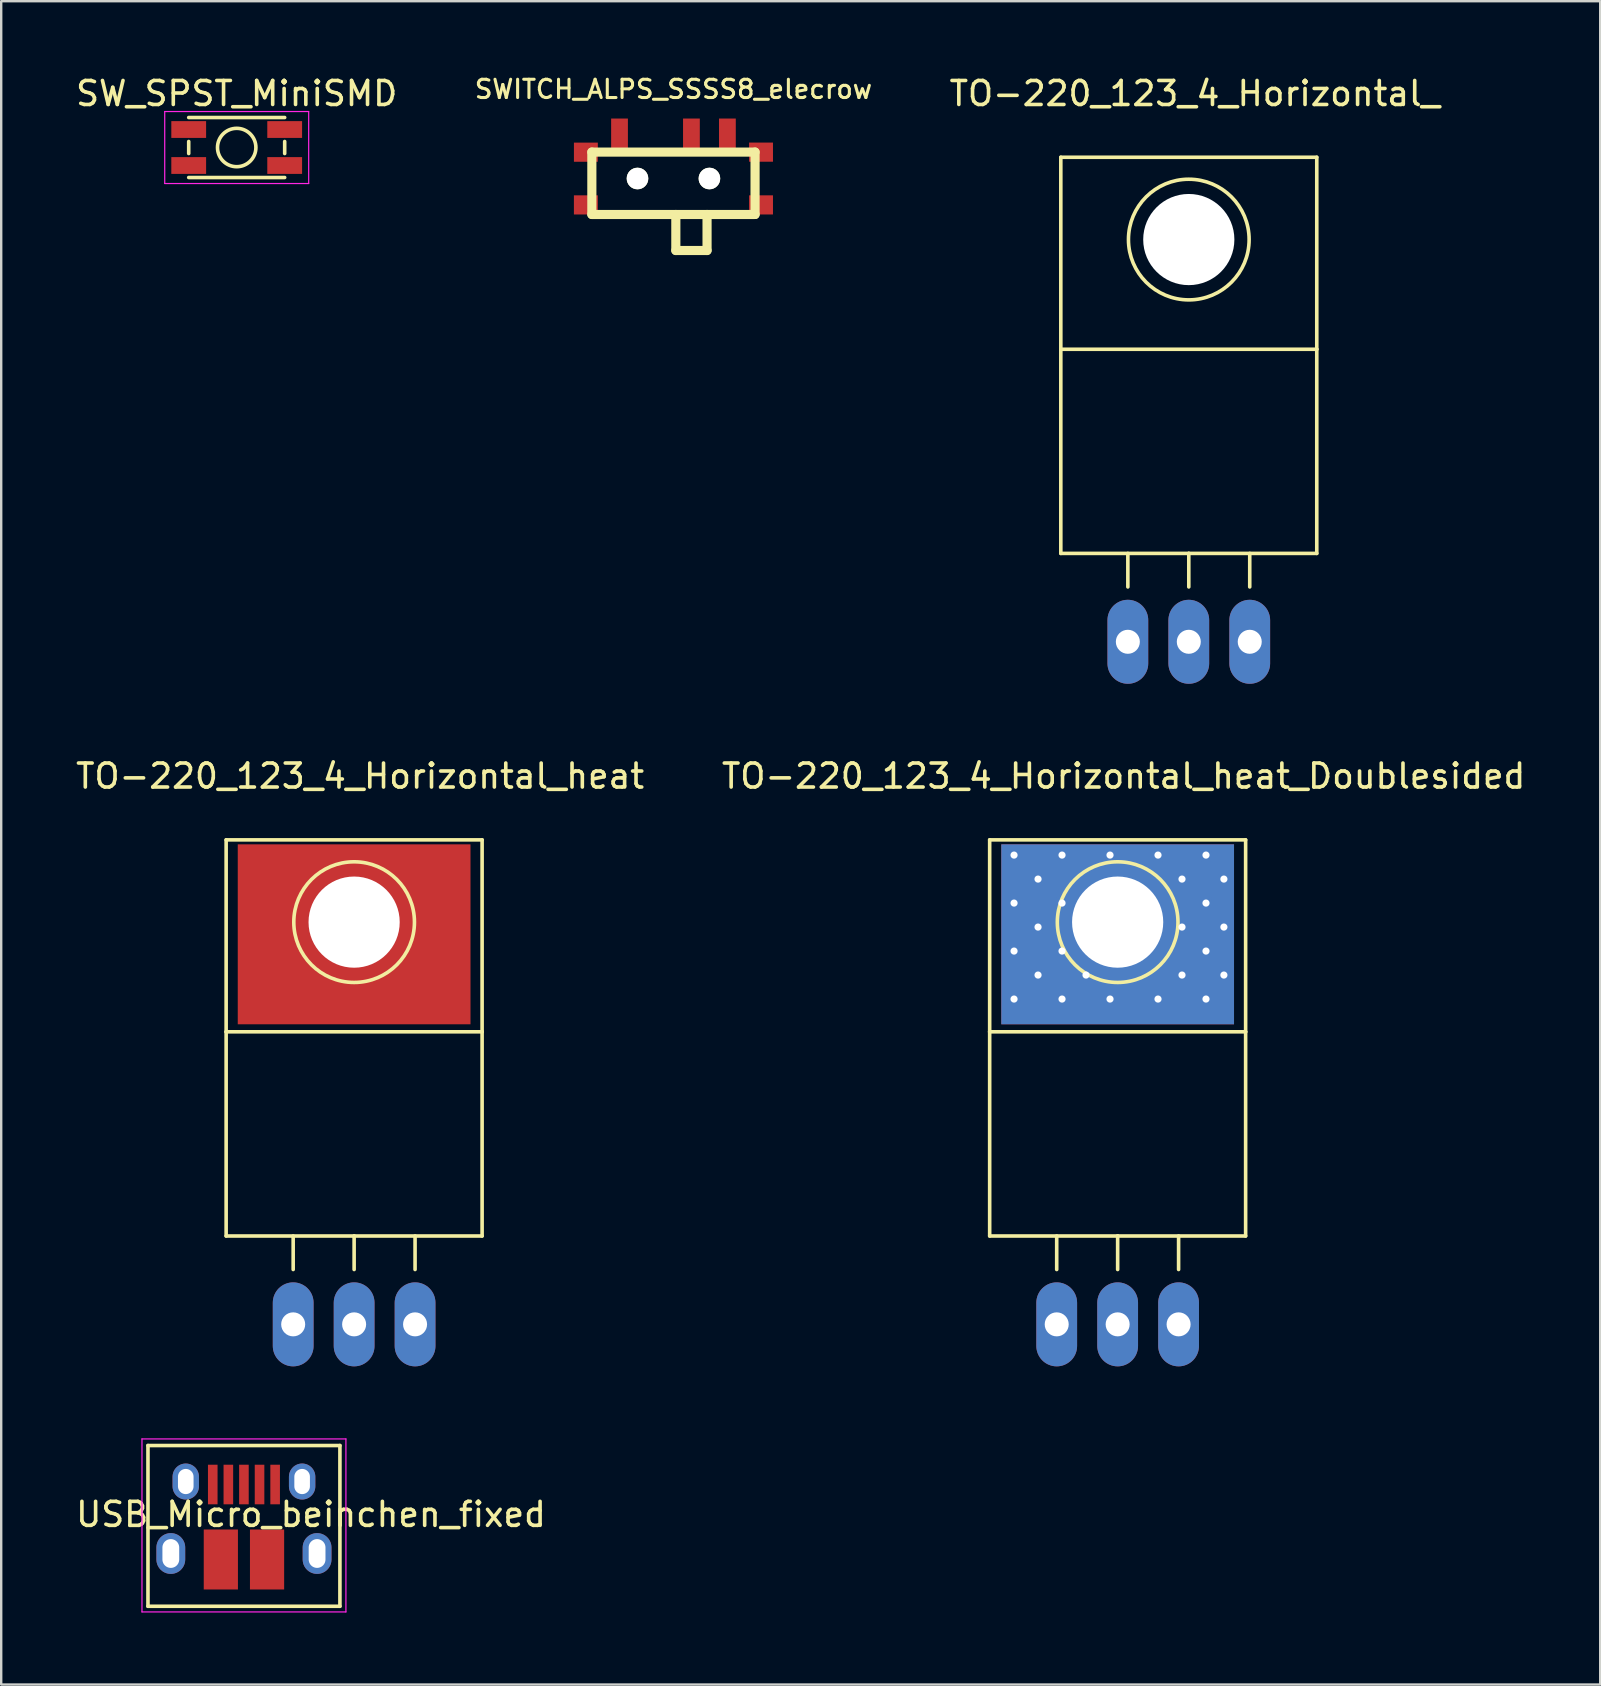
<source format=kicad_pcb>
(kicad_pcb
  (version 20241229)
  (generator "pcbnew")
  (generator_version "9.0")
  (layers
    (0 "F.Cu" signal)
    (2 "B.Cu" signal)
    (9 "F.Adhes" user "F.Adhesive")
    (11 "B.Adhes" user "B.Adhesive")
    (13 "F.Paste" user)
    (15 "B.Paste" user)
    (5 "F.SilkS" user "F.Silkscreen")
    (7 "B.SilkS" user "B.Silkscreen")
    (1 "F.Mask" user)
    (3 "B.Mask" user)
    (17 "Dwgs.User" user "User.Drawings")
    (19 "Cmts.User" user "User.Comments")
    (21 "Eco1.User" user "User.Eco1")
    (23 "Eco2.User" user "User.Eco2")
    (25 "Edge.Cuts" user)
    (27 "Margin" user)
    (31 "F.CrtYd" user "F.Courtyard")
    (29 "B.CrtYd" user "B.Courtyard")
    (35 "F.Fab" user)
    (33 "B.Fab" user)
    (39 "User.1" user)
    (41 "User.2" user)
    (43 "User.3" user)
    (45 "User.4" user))
  (footprint "SW_SPST_MiniSMD"
    (layer "F.Cu")
    (at 6.815 2.848)
    (property "Reference" "SW_SPST_MiniSMD" (at 0 -2 0) (layer "F.SilkS") (effects (font (size 1 1) (thickness 0.15))))
    (attr smd)
    (fp_line (start -2 -1) (end 2 -1) (stroke (width 0.15) (type solid)) (layer "F.SilkS"))
    (fp_line (start -2 0.5) (end -2 0) (stroke (width 0.15) (type solid)) (layer "F.SilkS"))
    (fp_line (start 2 0) (end 2 0.5) (stroke (width 0.15) (type solid)) (layer "F.SilkS"))
    (fp_line (start 2 1.5) (end -2 1.5) (stroke (width 0.15) (type solid)) (layer "F.SilkS"))
    (fp_circle (center 0 0.25) (end 0.8 0.25) (stroke (width 0.15) (type solid)) (fill no) (layer "F.SilkS"))
    (fp_line (start -3 1.75) (end -3 -1.25) (stroke (width 0.05) (type solid)) (layer "F.CrtYd"))
    (fp_line (start -3 1.75) (end 3 1.75) (stroke (width 0.05) (type solid)) (layer "F.CrtYd"))
    (fp_line (start 3 -1.25) (end -3 -1.25) (stroke (width 0.05) (type solid)) (layer "F.CrtYd"))
    (fp_line (start 3 1.75) (end 3 -1.25) (stroke (width 0.05) (type solid)) (layer "F.CrtYd"))
    (pad "1" smd rect (at -2 -0.5) (size 1.45 0.7) (layers "F.Cu" "F.Mask" "F.Paste"))
    (pad "1" smd rect (at 2 -0.5) (size 1.45 0.7) (layers "F.Cu" "F.Mask" "F.Paste"))
    (pad "2" smd rect (at -2 1) (size 1.45 0.7) (layers "F.Cu" "F.Mask" "F.Paste"))
    (pad "2" smd rect (at 2 1) (size 1.45 0.7) (layers "F.Cu" "F.Mask" "F.Paste")))
  (footprint "USB_Micro_beinchen_fixed"
    (placed yes)
    (layer "F.Cu")
    (at 7.117 60.321)
    (property "Reference" "USB_Micro_beinchen_fixed" (at 2.794 -0.254 0) (layer "F.SilkS") (effects (font (size 1 1) (thickness 0.15))))
    (attr smd)
    (fp_line (start -4 -3.125) (end 4 -3.125) (stroke (width 0.15) (type solid)) (layer "F.SilkS"))
    (fp_line (start -4 3.575) (end -4 -3.125) (stroke (width 0.15) (type solid)) (layer "F.SilkS"))
    (fp_line (start 4 -3.125) (end 4 3.575) (stroke (width 0.15) (type solid)) (layer "F.SilkS"))
    (fp_line (start 4 3.575) (end -4 3.575) (stroke (width 0.15) (type solid)) (layer "F.SilkS"))
    (fp_line (start -4.25 -3.4) (end 4.25 -3.4) (stroke (width 0.05) (type solid)) (layer "F.CrtYd"))
    (fp_line (start -4.25 3.81) (end -4.25 -3.4) (stroke (width 0.05) (type solid)) (layer "F.CrtYd"))
    (fp_line (start 4.25 -3.4) (end 4.25 3.81) (stroke (width 0.05) (type solid)) (layer "F.CrtYd"))
    (fp_line (start 4.25 3.81) (end -4.25 3.81) (stroke (width 0.05) (type solid)) (layer "F.CrtYd"))
    (pad "1" smd rect (at -1.3 -1.5 90) (size 1.65 0.4) (layers "F.Cu" "F.Mask" "F.Paste"))
    (pad "2" smd rect (at -0.65 -1.5 90) (size 1.65 0.4) (layers "F.Cu" "F.Mask" "F.Paste"))
    (pad "3" smd rect (at -0.001 -1.5 90) (size 1.65 0.4) (layers "F.Cu" "F.Mask" "F.Paste"))
    (pad "4" smd rect (at 0.65 -1.5 90) (size 1.65 0.4) (layers "F.Cu" "F.Mask" "F.Paste"))
    (pad "5" smd rect (at 1.3 -1.5 90) (size 1.65 0.4) (layers "F.Cu" "F.Mask" "F.Paste"))
    (pad "6" thru_hole oval (at -3.048 1.375 90) (size 1.7 1.2) (drill oval 1.2 0.7) (layers "*.Cu" "*.Mask"))
    (pad "6" thru_hole oval (at -2.425 -1.625 90) (size 1.5 1.1) (drill oval 1.05 0.65) (layers "*.Cu" "*.Mask"))
    (pad "6" smd rect (at -0.963 1.625 90) (size 2.5 1.425) (layers "F.Cu" "F.Mask" "F.Paste"))
    (pad "6" smd rect (at 0.963 1.625 90) (size 2.5 1.425) (layers "F.Cu" "F.Mask" "F.Paste"))
    (pad "6" thru_hole oval (at 2.425 -1.625 90) (size 1.5 1.1) (drill oval 1.05 0.65) (layers "*.Cu" "*.Mask"))
    (pad "6" thru_hole oval (at 3.048 1.375 90) (size 1.7 1.2) (drill oval 1.2 0.7) (layers "*.Cu" "*.Mask")))
  (footprint "TO-220_123_4_Horizontal_heat"
    (layer "F.Cu")
    (at 11.709 52.146)
    (property "Reference" "TO-220_123_4_Horizontal_heat" (at 0.249 -22.85 0) (layer "F.SilkS") (effects (font (size 1 1) (thickness 0.15))))
    (attr through_hole)
    (fp_line (start -5.334 -20.193) (end -5.334 -12.192) (stroke (width 0.15) (type solid)) (layer "F.SilkS"))
    (fp_line (start -5.334 -12.192) (end -5.334 -3.683) (stroke (width 0.15) (type solid)) (layer "F.SilkS"))
    (fp_line (start -2.54 -3.683) (end -2.54 -2.286) (stroke (width 0.15) (type solid)) (layer "F.SilkS"))
    (fp_line (start 0 -3.683) (end -5.334 -3.683) (stroke (width 0.15) (type solid)) (layer "F.SilkS"))
    (fp_line (start 0 -3.683) (end 0 -2.286) (stroke (width 0.15) (type solid)) (layer "F.SilkS"))
    (fp_line (start 0 -3.683) (end 5.334 -3.683) (stroke (width 0.15) (type solid)) (layer "F.SilkS"))
    (fp_line (start 2.54 -3.683) (end 2.54 -2.286) (stroke (width 0.15) (type solid)) (layer "F.SilkS"))
    (fp_line (start 5.334 -20.193) (end -5.334 -20.193) (stroke (width 0.15) (type solid)) (layer "F.SilkS"))
    (fp_line (start 5.334 -12.192) (end -5.334 -12.192) (stroke (width 0.15) (type solid)) (layer "F.SilkS"))
    (fp_line (start 5.334 -12.192) (end 5.334 -20.193) (stroke (width 0.15) (type solid)) (layer "F.SilkS"))
    (fp_line (start 5.334 -3.683) (end 5.334 -12.192) (stroke (width 0.15) (type solid)) (layer "F.SilkS"))
    (fp_circle (center 0 -16.764) (end 1.778 -14.986) (stroke (width 0.15) (type solid)) (fill no) (layer "F.SilkS"))
    (pad "" np_thru_hole circle (at 0 -16.764 90) (size 3.8 3.8) (drill 3.8) (layers "*.Cu" "*.Mask"))
    (pad "1" thru_hole oval (at -2.54 0 90) (size 3.5 1.699) (drill 1.001) (layers "*.Cu" "*.Mask"))
    (pad "2" thru_hole oval (at 0 0 90) (size 3.5 1.699) (drill 1.001) (layers "*.Cu" "*.Mask"))
    (pad "3" thru_hole oval (at 2.54 0 90) (size 3.5 1.699) (drill 1.001) (layers "*.Cu" "*.Mask"))
    (pad "4" connect rect (at 0 -16.256) (size 9.7 7.5) (layers "F.Cu" "F.Mask")))
  (footprint "TO-220_123_4_Horizontal_heat_Doublesided"
    (layer "F.Cu")
    (at 43.531 52.146)
    (property "Reference" "TO-220_123_4_Horizontal_heat_Doublesided" (at 0.249 -22.85 0) (layer "F.SilkS") (effects (font (size 1 1) (thickness 0.15))))
    (attr through_hole)
    (fp_line (start -5.334 -20.193) (end -5.334 -12.192) (stroke (width 0.15) (type solid)) (layer "F.SilkS"))
    (fp_line (start -5.334 -12.192) (end -5.334 -3.683) (stroke (width 0.15) (type solid)) (layer "F.SilkS"))
    (fp_line (start -2.54 -3.683) (end -2.54 -2.286) (stroke (width 0.15) (type solid)) (layer "F.SilkS"))
    (fp_line (start 0 -3.683) (end -5.334 -3.683) (stroke (width 0.15) (type solid)) (layer "F.SilkS"))
    (fp_line (start 0 -3.683) (end 0 -2.286) (stroke (width 0.15) (type solid)) (layer "F.SilkS"))
    (fp_line (start 0 -3.683) (end 5.334 -3.683) (stroke (width 0.15) (type solid)) (layer "F.SilkS"))
    (fp_line (start 2.54 -3.683) (end 2.54 -2.286) (stroke (width 0.15) (type solid)) (layer "F.SilkS"))
    (fp_line (start 5.334 -20.193) (end -5.334 -20.193) (stroke (width 0.15) (type solid)) (layer "F.SilkS"))
    (fp_line (start 5.334 -12.192) (end -5.334 -12.192) (stroke (width 0.15) (type solid)) (layer "F.SilkS"))
    (fp_line (start 5.334 -12.192) (end 5.334 -20.193) (stroke (width 0.15) (type solid)) (layer "F.SilkS"))
    (fp_line (start 5.334 -3.683) (end 5.334 -12.192) (stroke (width 0.15) (type solid)) (layer "F.SilkS"))
    (fp_circle (center 0 -16.764) (end 1.778 -14.986) (stroke (width 0.15) (type solid)) (fill no) (layer "F.SilkS"))
    (pad "" thru_hole circle (at 0 -16.764 90) (size 3.8 3.8) (drill 3.8) (layers "*.Cu" "*.Mask"))
    (pad "1" thru_hole oval (at -2.54 0 90) (size 3.5 1.699) (drill 1.001) (layers "*.Cu" "*.Mask"))
    (pad "2" thru_hole oval (at 0 0 90) (size 3.5 1.699) (drill 1.001) (layers "*.Cu" "*.Mask"))
    (pad "3" thru_hole oval (at 2.54 0 90) (size 3.5 1.699) (drill 1.001) (layers "*.Cu" "*.Mask"))
    (pad "4" thru_hole circle (at -4.318 -19.558) (size 0.6 0.6) (drill 0.3) (layers "*.Cu"))
    (pad "4" connect rect (at 0 -16.256) (size 9.7 7.5) (layers "F.Cu" "F.Mask"))
    (pad "4" connect rect (at 0 -16.256) (size 9.7 7.5) (layers "B.Cu" "B.Mask"))
    (pad "6" thru_hole circle (at -2.318 -19.558) (size 0.6 0.6) (drill 0.3) (layers "*.Cu"))
    (pad "8" thru_hole circle (at -0.318 -19.558) (size 0.6 0.6) (drill 0.3) (layers "*.Cu"))
    (pad "10" thru_hole circle (at 1.682 -19.558) (size 0.6 0.6) (drill 0.3) (layers "*.Cu"))
    (pad "12" thru_hole circle (at 3.682 -19.558) (size 0.6 0.6) (drill 0.3) (layers "*.Cu"))
    (pad "25" thru_hole circle (at -3.318 -18.558) (size 0.6 0.6) (drill 0.3) (layers "*.Cu"))
    (pad "31" thru_hole circle (at 2.682 -18.558) (size 0.6 0.6) (drill 0.3) (layers "*.Cu"))
    (pad "33" thru_hole circle (at 4.428 -18.558) (size 0.6 0.6) (drill 0.3) (layers "*.Cu"))
    (pad "44" thru_hole circle (at -4.318 -17.558) (size 0.6 0.6) (drill 0.3) (layers "*.Cu"))
    (pad "46" thru_hole circle (at -2.318 -17.558) (size 0.6 0.6) (drill 0.3) (layers "*.Cu"))
    (pad "52" thru_hole circle (at 3.682 -17.558) (size 0.6 0.6) (drill 0.3) (layers "*.Cu"))
    (pad "65" thru_hole circle (at -3.318 -16.558) (size 0.6 0.6) (drill 0.3) (layers "*.Cu"))
    (pad "71" thru_hole circle (at 2.682 -16.558) (size 0.6 0.6) (drill 0.3) (layers "*.Cu"))
    (pad "73" thru_hole circle (at 4.428 -16.558) (size 0.6 0.6) (drill 0.3) (layers "*.Cu"))
    (pad "84" thru_hole circle (at -4.318 -15.558) (size 0.6 0.6) (drill 0.3) (layers "*.Cu"))
    (pad "86" thru_hole circle (at -2.318 -15.558) (size 0.6 0.6) (drill 0.3) (layers "*.Cu"))
    (pad "92" thru_hole circle (at 3.682 -15.558) (size 0.6 0.6) (drill 0.3) (layers "*.Cu"))
    (pad "105" thru_hole circle (at -3.318 -14.558) (size 0.6 0.6) (drill 0.3) (layers "*.Cu"))
    (pad "107" thru_hole circle (at -1.318 -14.558) (size 0.6 0.6) (drill 0.3) (layers "*.Cu"))
    (pad "111" thru_hole circle (at 2.682 -14.558) (size 0.6 0.6) (drill 0.3) (layers "*.Cu"))
    (pad "113" thru_hole circle (at 4.428 -14.558) (size 0.6 0.6) (drill 0.3) (layers "*.Cu"))
    (pad "124" thru_hole circle (at -4.318 -13.558) (size 0.6 0.6) (drill 0.3) (layers "*.Cu"))
    (pad "126" thru_hole circle (at -2.318 -13.558) (size 0.6 0.6) (drill 0.3) (layers "*.Cu"))
    (pad "128" thru_hole circle (at -0.318 -13.558) (size 0.6 0.6) (drill 0.3) (layers "*.Cu"))
    (pad "130" thru_hole circle (at 1.682 -13.558) (size 0.6 0.6) (drill 0.3) (layers "*.Cu"))
    (pad "132" thru_hole circle (at 3.682 -13.558) (size 0.6 0.6) (drill 0.3) (layers "*.Cu")))
  (footprint "SWITCH_ALPS_SSSS8_elecrow"
    (layer "F.Cu")
    (at 25.018 5.889)
    (property "Reference" "SWITCH_ALPS_SSSS8_elecrow" (at 0 -5.22 0) (layer "F.SilkS") (effects (font (size 0.762 0.762) (thickness 0.127))))
    (attr through_hole)
    (fp_line (start -3.401 -2.601) (end -3.401 0) (stroke (width 0.381) (type solid)) (layer "F.SilkS"))
    (fp_line (start -3.401 0) (end 3.401 0) (stroke (width 0.381) (type solid)) (layer "F.SilkS"))
    (fp_line (start 0.099 0) (end 0.099 1.501) (stroke (width 0.381) (type solid)) (layer "F.SilkS"))
    (fp_line (start 0.099 1.501) (end 1.4 1.501) (stroke (width 0.381) (type solid)) (layer "F.SilkS"))
    (fp_line (start 1.4 1.501) (end 1.4 0) (stroke (width 0.381) (type solid)) (layer "F.SilkS"))
    (fp_line (start 3.401 -2.601) (end -3.401 -2.601) (stroke (width 0.381) (type solid)) (layer "F.SilkS"))
    (fp_line (start 3.401 0) (end 3.401 -2.601) (stroke (width 0.381) (type solid)) (layer "F.SilkS"))
    (pad "" smd rect (at -3.65 -2.596) (size 0.996 0.798) (layers "F.Cu" "F.Mask" "F.Paste"))
    (pad "" smd rect (at -3.65 -0.399) (size 0.998 0.798) (layers "F.Cu" "F.Mask" "F.Paste"))
    (pad "" np_thru_hole circle (at -1.499 -1.499) (size 0.899 0.899) (drill 0.899) (layers "*.Cu" "*.Mask" "F.SilkS"))
    (pad "" np_thru_hole circle (at 1.499 -1.499) (size 0.899 0.899) (drill 0.899) (layers "*.Cu" "*.Mask" "F.SilkS"))
    (pad "" smd rect (at 3.65 -2.598) (size 0.996 0.798) (layers "F.Cu" "F.Mask" "F.Paste"))
    (pad "" smd rect (at 3.65 -0.399) (size 0.996 0.798) (layers "F.Cu" "F.Mask" "F.Paste"))
    (pad "1" smd rect (at -2.248 -3.249) (size 0.699 1.499) (layers "F.Cu" "F.Mask" "F.Paste"))
    (pad "2" smd rect (at 0.749 -3.249) (size 0.699 1.499) (layers "F.Cu" "F.Mask" "F.Paste"))
    (pad "3" smd rect (at 2.248 -3.249) (size 0.699 1.499) (layers "F.Cu" "F.Mask" "F.Paste")))
  (footprint "TO-220_123_4_Horizontal_"
    (layer "F.Cu")
    (at 46.496 23.698)
    (property "Reference" "TO-220_123_4_Horizontal_" (at 0.249 -22.85 0) (layer "F.SilkS") (effects (font (size 1 1) (thickness 0.15))))
    (attr through_hole)
    (fp_line (start -5.334 -20.193) (end -5.334 -12.192) (stroke (width 0.15) (type solid)) (layer "F.SilkS"))
    (fp_line (start -5.334 -12.192) (end -5.334 -3.683) (stroke (width 0.15) (type solid)) (layer "F.SilkS"))
    (fp_line (start -2.54 -3.683) (end -2.54 -2.286) (stroke (width 0.15) (type solid)) (layer "F.SilkS"))
    (fp_line (start 0 -3.683) (end -5.334 -3.683) (stroke (width 0.15) (type solid)) (layer "F.SilkS"))
    (fp_line (start 0 -3.683) (end 0 -2.286) (stroke (width 0.15) (type solid)) (layer "F.SilkS"))
    (fp_line (start 0 -3.683) (end 5.334 -3.683) (stroke (width 0.15) (type solid)) (layer "F.SilkS"))
    (fp_line (start 2.54 -3.683) (end 2.54 -2.286) (stroke (width 0.15) (type solid)) (layer "F.SilkS"))
    (fp_line (start 5.334 -20.193) (end -5.334 -20.193) (stroke (width 0.15) (type solid)) (layer "F.SilkS"))
    (fp_line (start 5.334 -12.192) (end -5.334 -12.192) (stroke (width 0.15) (type solid)) (layer "F.SilkS"))
    (fp_line (start 5.334 -12.192) (end 5.334 -20.193) (stroke (width 0.15) (type solid)) (layer "F.SilkS"))
    (fp_line (start 5.334 -3.683) (end 5.334 -12.192) (stroke (width 0.15) (type solid)) (layer "F.SilkS"))
    (fp_circle (center 0 -16.764) (end 1.778 -14.986) (stroke (width 0.15) (type solid)) (fill no) (layer "F.SilkS"))
    (pad "" np_thru_hole circle (at 0 -16.764 90) (size 3.8 3.8) (drill 3.8) (layers "*.Cu" "*.Mask"))
    (pad "1" thru_hole oval (at -2.54 0 90) (size 3.5 1.699) (drill 1.001) (layers "*.Cu" "*.Mask"))
    (pad "2" thru_hole oval (at 0 0 90) (size 3.5 1.699) (drill 1.001) (layers "*.Cu" "*.Mask"))
    (pad "3" thru_hole oval (at 2.54 0 90) (size 3.5 1.699) (drill 1.001) (layers "*.Cu" "*.Mask")))
  (gr_rect
    (start -3 -3)
    (end 63.643 67.156)
    (stroke (width 0.1) (type default))
    (fill no)
    (layer "Edge.Cuts")))
</source>
